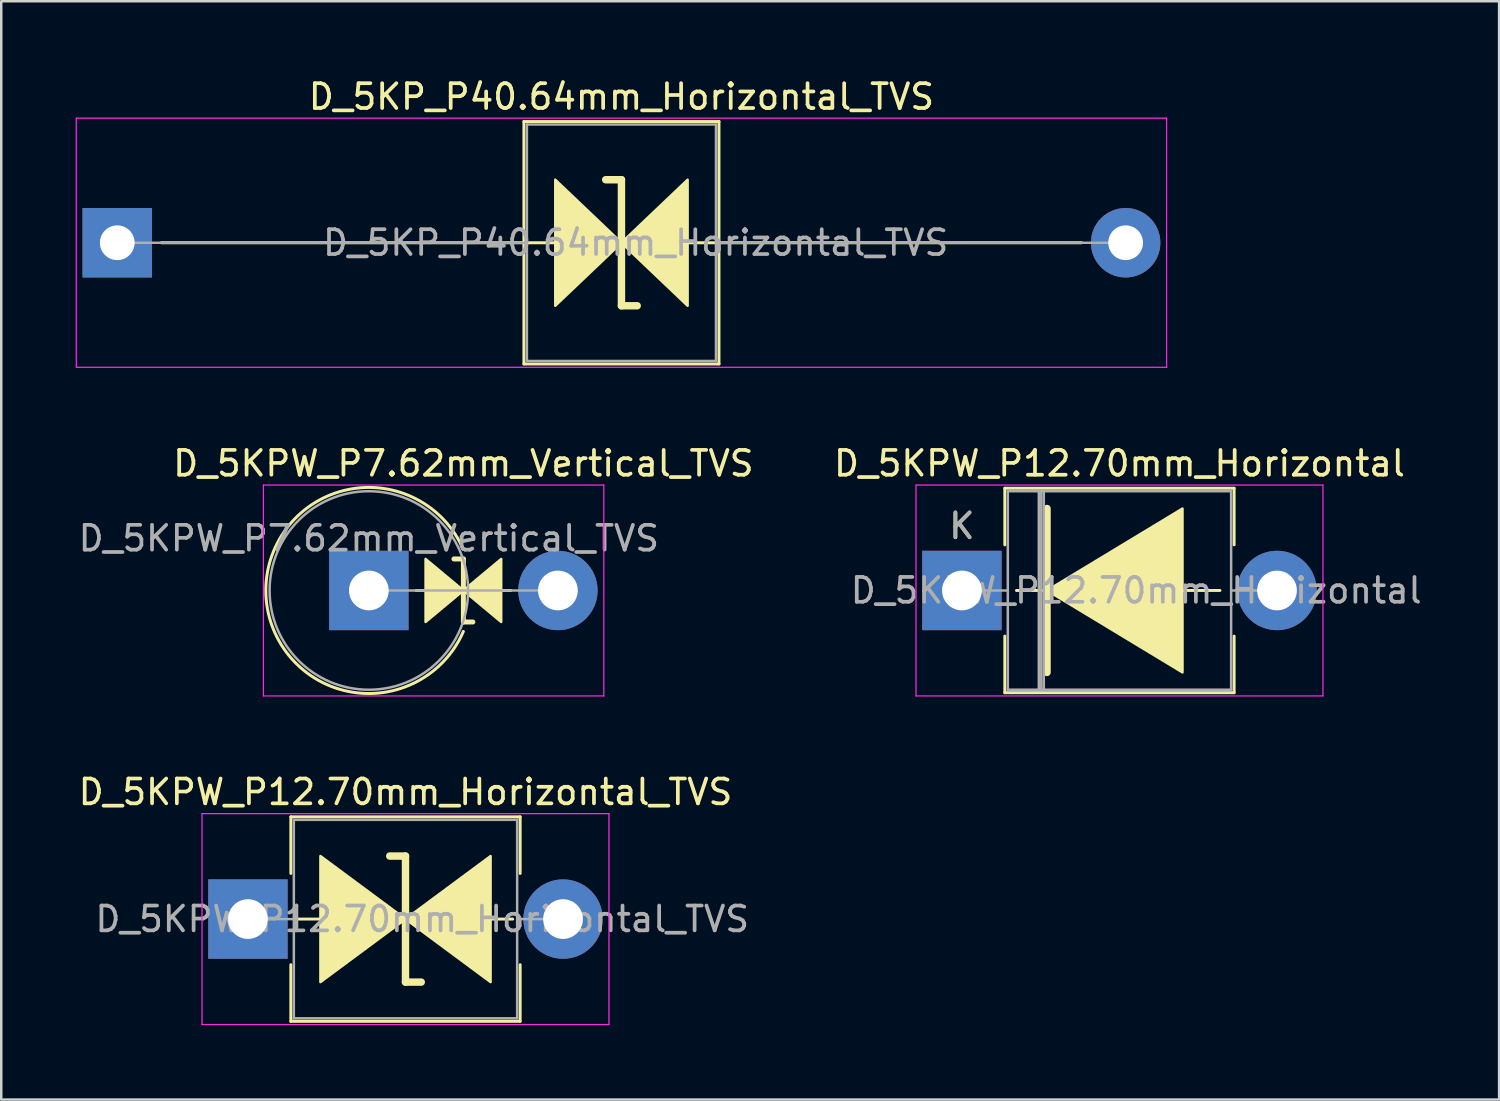
<source format=kicad_pcb>
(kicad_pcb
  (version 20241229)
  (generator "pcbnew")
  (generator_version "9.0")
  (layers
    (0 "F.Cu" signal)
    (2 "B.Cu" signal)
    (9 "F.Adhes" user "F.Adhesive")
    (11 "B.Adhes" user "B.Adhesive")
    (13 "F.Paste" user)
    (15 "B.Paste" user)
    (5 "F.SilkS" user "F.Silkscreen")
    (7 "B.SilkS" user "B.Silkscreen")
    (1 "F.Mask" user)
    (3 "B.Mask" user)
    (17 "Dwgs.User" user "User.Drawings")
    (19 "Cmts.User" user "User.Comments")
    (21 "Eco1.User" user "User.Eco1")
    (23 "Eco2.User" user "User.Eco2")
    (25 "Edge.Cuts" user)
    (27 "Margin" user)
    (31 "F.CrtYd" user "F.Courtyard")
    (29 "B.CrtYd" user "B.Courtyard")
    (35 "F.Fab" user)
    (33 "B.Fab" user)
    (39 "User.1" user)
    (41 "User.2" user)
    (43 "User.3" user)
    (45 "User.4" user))
  (footprint "D_5KP_P40.64mm_Horizontal_TVS"
    (layer "F.Cu")
    (at 1.675 6.733)
    (property "Reference" "D_5KP_P40.64mm_Horizontal_TVS" (at 20.32 -5.885 0) (layer "F.SilkS") (effects (font (size 1 1) (thickness 0.15))))
    (attr through_hole)
    (fp_line (start 1.778 0) (end 17.653 0) (stroke (width 0.12) (type solid)) (layer "F.SilkS"))
    (fp_line (start 16.39 -4.885) (end 16.39 4.885) (stroke (width 0.12) (type solid)) (layer "F.SilkS"))
    (fp_line (start 16.39 4.885) (end 24.25 4.885) (stroke (width 0.12) (type solid)) (layer "F.SilkS"))
    (fp_line (start 20.32 -2.54) (end 19.685 -2.54) (stroke (width 0.3) (type solid)) (layer "F.SilkS"))
    (fp_line (start 20.32 2.54) (end 20.32 -2.54) (stroke (width 0.3) (type solid)) (layer "F.SilkS"))
    (fp_line (start 20.955 2.54) (end 20.32 2.54) (stroke (width 0.3) (type solid)) (layer "F.SilkS"))
    (fp_line (start 24.25 -4.885) (end 16.39 -4.885) (stroke (width 0.12) (type solid)) (layer "F.SilkS"))
    (fp_line (start 24.25 4.885) (end 24.25 -4.885) (stroke (width 0.12) (type solid)) (layer "F.SilkS"))
    (fp_line (start 38.862 0) (end 22.987 0) (stroke (width 0.12) (type solid)) (layer "F.SilkS"))
    (fp_poly (pts (xy 20.32 0) (xy 17.653 2.54) (xy 17.653 -2.54)) (stroke (width 0.1) (type solid)) (fill yes) (layer "F.SilkS"))
    (fp_poly (pts (xy 20.32 0) (xy 22.987 -2.54) (xy 22.987 2.54)) (stroke (width 0.1) (type solid)) (fill yes) (layer "F.SilkS"))
    (fp_line (start -1.65 -5.02) (end -1.65 5.02) (stroke (width 0.05) (type solid)) (layer "F.CrtYd"))
    (fp_line (start -1.65 5.02) (end 42.29 5.02) (stroke (width 0.05) (type solid)) (layer "F.CrtYd"))
    (fp_line (start 42.29 -5.02) (end -1.65 -5.02) (stroke (width 0.05) (type solid)) (layer "F.CrtYd"))
    (fp_line (start 42.29 5.02) (end 42.29 -5.02) (stroke (width 0.05) (type solid)) (layer "F.CrtYd"))
    (fp_line (start 0 0) (end 16.51 0) (stroke (width 0.1) (type solid)) (layer "F.Fab"))
    (fp_line (start 16.51 -4.765) (end 16.51 4.765) (stroke (width 0.1) (type solid)) (layer "F.Fab"))
    (fp_line (start 16.51 4.765) (end 24.13 4.765) (stroke (width 0.1) (type solid)) (layer "F.Fab"))
    (fp_line (start 24.13 -4.765) (end 16.51 -4.765) (stroke (width 0.1) (type solid)) (layer "F.Fab"))
    (fp_line (start 24.13 4.765) (end 24.13 -4.765) (stroke (width 0.1) (type solid)) (layer "F.Fab"))
    (fp_line (start 40.64 0) (end 24.13 0) (stroke (width 0.1) (type solid)) (layer "F.Fab"))
    (fp_text user "${REFERENCE}" (at 20.892 0 0) (layer "F.Fab") (effects (font (size 1 1) (thickness 0.15))))
    (pad "1" thru_hole rect (at 0 0) (size 2.8 2.8) (drill 1.4) (layers "*.Cu" "*.Mask"))
    (pad "2" thru_hole oval (at 40.64 0) (size 2.8 2.8) (drill 1.4) (layers "*.Cu" "*.Mask")))
  (footprint "D_5KPW_P12.70mm_Horizontal"
    (layer "F.Cu")
    (at 35.716 20.747)
    (property "Reference" "D_5KPW_P12.70mm_Horizontal" (at 6.35 -5.12 0) (layer "F.SilkS") (effects (font (size 1 1) (thickness 0.15))))
    (attr through_hole)
    (fp_line (start 1.73 -4.12) (end 10.97 -4.12) (stroke (width 0.12) (type solid)) (layer "F.SilkS"))
    (fp_line (start 1.73 -1.84) (end 1.73 -4.12) (stroke (width 0.12) (type solid)) (layer "F.SilkS"))
    (fp_line (start 1.73 1.84) (end 1.73 4.12) (stroke (width 0.12) (type solid)) (layer "F.SilkS"))
    (fp_line (start 1.73 4.12) (end 10.97 4.12) (stroke (width 0.12) (type solid)) (layer "F.SilkS"))
    (fp_line (start 2.2 0) (end 3.429 0) (stroke (width 0.12) (type solid)) (layer "F.SilkS"))
    (fp_line (start 3.429 -3.302) (end 3.429 3.302) (stroke (width 0.3) (type solid)) (layer "F.SilkS"))
    (fp_line (start 10.4 0) (end 8.4 0) (stroke (width 0.12) (type solid)) (layer "F.SilkS"))
    (fp_line (start 10.97 -4.12) (end 10.97 -1.84) (stroke (width 0.12) (type solid)) (layer "F.SilkS"))
    (fp_line (start 10.97 4.12) (end 10.97 1.84) (stroke (width 0.12) (type solid)) (layer "F.SilkS"))
    (fp_poly (pts (xy 8.89 3.302) (xy 3.429 0) (xy 8.89 -3.302)) (stroke (width 0.1) (type solid)) (fill yes) (layer "F.SilkS"))
    (fp_line (start -1.85 -4.25) (end -1.85 4.25) (stroke (width 0.05) (type solid)) (layer "F.CrtYd"))
    (fp_line (start -1.85 4.25) (end 14.55 4.25) (stroke (width 0.05) (type solid)) (layer "F.CrtYd"))
    (fp_line (start 14.55 -4.25) (end -1.85 -4.25) (stroke (width 0.05) (type solid)) (layer "F.CrtYd"))
    (fp_line (start 14.55 4.25) (end 14.55 -4.25) (stroke (width 0.05) (type solid)) (layer "F.CrtYd"))
    (fp_line (start 0 0) (end 1.85 0) (stroke (width 0.1) (type solid)) (layer "F.Fab"))
    (fp_line (start 1.85 -4) (end 1.85 4) (stroke (width 0.1) (type solid)) (layer "F.Fab"))
    (fp_line (start 1.85 4) (end 10.85 4) (stroke (width 0.1) (type solid)) (layer "F.Fab"))
    (fp_line (start 3.1 -4) (end 3.1 4) (stroke (width 0.1) (type solid)) (layer "F.Fab"))
    (fp_line (start 3.2 -4) (end 3.2 4) (stroke (width 0.1) (type solid)) (layer "F.Fab"))
    (fp_line (start 3.3 -4) (end 3.3 4) (stroke (width 0.1) (type solid)) (layer "F.Fab"))
    (fp_line (start 10.85 -4) (end 1.85 -4) (stroke (width 0.1) (type solid)) (layer "F.Fab"))
    (fp_line (start 10.85 4) (end 10.85 -4) (stroke (width 0.1) (type solid)) (layer "F.Fab"))
    (fp_line (start 12.7 0) (end 10.85 0) (stroke (width 0.1) (type solid)) (layer "F.Fab"))
    (fp_text user "K" (at 0 -2.6 0) (layer "F.SilkS") (effects (font (size 1 1) (thickness 0.15))))
    (fp_text user "K" (at 0 -2.6 0) (layer "F.Fab") (effects (font (size 1 1) (thickness 0.15))))
    (fp_text user "${REFERENCE}" (at 7.025 0 0) (layer "F.Fab") (effects (font (size 1 1) (thickness 0.15))))
    (pad "1" thru_hole rect (at 0 0) (size 3.2 3.2) (drill 1.6) (layers "*.Cu" "*.Mask"))
    (pad "2" thru_hole oval (at 12.7 0) (size 3.2 3.2) (drill 1.6) (layers "*.Cu" "*.Mask")))
  (footprint "D_5KPW_P12.70mm_Horizontal_TVS"
    (layer "F.Cu")
    (at 6.942 33.99)
    (property "Reference" "D_5KPW_P12.70mm_Horizontal_TVS" (at 6.35 -5.12 0) (layer "F.SilkS") (effects (font (size 1 1) (thickness 0.15))))
    (attr through_hole)
    (fp_line (start 1.73 -4.12) (end 10.97 -4.12) (stroke (width 0.12) (type solid)) (layer "F.SilkS"))
    (fp_line (start 1.73 -1.84) (end 1.73 -4.12) (stroke (width 0.12) (type solid)) (layer "F.SilkS"))
    (fp_line (start 1.73 1.84) (end 1.73 4.12) (stroke (width 0.12) (type solid)) (layer "F.SilkS"))
    (fp_line (start 1.73 4.12) (end 10.97 4.12) (stroke (width 0.12) (type solid)) (layer "F.SilkS"))
    (fp_line (start 2.921 0) (end 2.032 0) (stroke (width 0.12) (type solid)) (layer "F.SilkS"))
    (fp_line (start 6.35 -2.54) (end 5.715 -2.54) (stroke (width 0.3) (type solid)) (layer "F.SilkS"))
    (fp_line (start 6.35 2.54) (end 6.35 -2.54) (stroke (width 0.3) (type solid)) (layer "F.SilkS"))
    (fp_line (start 6.985 2.54) (end 6.35 2.54) (stroke (width 0.3) (type solid)) (layer "F.SilkS"))
    (fp_line (start 10.668 0) (end 9.779 0) (stroke (width 0.12) (type solid)) (layer "F.SilkS"))
    (fp_line (start 10.97 -4.12) (end 10.97 -1.84) (stroke (width 0.12) (type solid)) (layer "F.SilkS"))
    (fp_line (start 10.97 4.12) (end 10.97 1.84) (stroke (width 0.12) (type solid)) (layer "F.SilkS"))
    (fp_poly (pts (xy 6.35 0) (xy 2.921 2.54) (xy 2.921 -2.54)) (stroke (width 0.1) (type solid)) (fill yes) (layer "F.SilkS"))
    (fp_poly (pts (xy 6.35 0) (xy 9.779 -2.54) (xy 9.779 2.54)) (stroke (width 0.1) (type solid)) (fill yes) (layer "F.SilkS"))
    (fp_line (start -1.85 -4.25) (end -1.85 4.25) (stroke (width 0.05) (type solid)) (layer "F.CrtYd"))
    (fp_line (start -1.85 4.25) (end 14.55 4.25) (stroke (width 0.05) (type solid)) (layer "F.CrtYd"))
    (fp_line (start 14.55 -4.25) (end -1.85 -4.25) (stroke (width 0.05) (type solid)) (layer "F.CrtYd"))
    (fp_line (start 14.55 4.25) (end 14.55 -4.25) (stroke (width 0.05) (type solid)) (layer "F.CrtYd"))
    (fp_line (start 0 0) (end 1.85 0) (stroke (width 0.1) (type solid)) (layer "F.Fab"))
    (fp_line (start 1.85 -4) (end 1.85 4) (stroke (width 0.1) (type solid)) (layer "F.Fab"))
    (fp_line (start 1.85 4) (end 10.85 4) (stroke (width 0.1) (type solid)) (layer "F.Fab"))
    (fp_line (start 10.85 -4) (end 1.85 -4) (stroke (width 0.1) (type solid)) (layer "F.Fab"))
    (fp_line (start 10.85 4) (end 10.85 -4) (stroke (width 0.1) (type solid)) (layer "F.Fab"))
    (fp_line (start 12.7 0) (end 10.85 0) (stroke (width 0.1) (type solid)) (layer "F.Fab"))
    (fp_text user "${REFERENCE}" (at 7.025 0 0) (layer "F.Fab") (effects (font (size 1 1) (thickness 0.15))))
    (pad "1" thru_hole rect (at 0 0) (size 3.2 3.2) (drill 1.6) (layers "*.Cu" "*.Mask"))
    (pad "2" thru_hole oval (at 12.7 0) (size 3.2 3.2) (drill 1.6) (layers "*.Cu" "*.Mask")))
  (footprint "D_5KPW_P7.62mm_Vertical_TVS"
    (layer "F.Cu")
    (at 11.815 20.747)
    (property "Reference" "D_5KPW_P7.62mm_Vertical_TVS" (at 3.81 -5.12 0) (layer "F.SilkS") (effects (font (size 1 1) (thickness 0.15))))
    (attr through_hole)
    (fp_line (start 1.905 0) (end 5.72 0) (stroke (width 0.12) (type solid)) (layer "F.SilkS"))
    (fp_line (start 3.81 -1.27) (end 3.429 -1.27) (stroke (width 0.2) (type solid)) (layer "F.SilkS"))
    (fp_line (start 3.81 1.27) (end 3.81 -1.27) (stroke (width 0.2) (type solid)) (layer "F.SilkS"))
    (fp_line (start 3.81 1.27) (end 4.191 1.27) (stroke (width 0.2) (type solid)) (layer "F.SilkS"))
    (fp_arc (start 3.809999 1.651) (mid -4.152335 0.000001) (end 3.809999 -1.650999) (stroke (width 0.12) (type solid)) (layer "F.SilkS"))
    (fp_poly (pts (xy 3.81 0) (xy 2.286 1.27) (xy 2.286 -1.27)) (stroke (width 0.1) (type solid)) (fill yes) (layer "F.SilkS"))
    (fp_poly (pts (xy 5.334 1.27) (xy 3.81 0) (xy 5.334 -1.27)) (stroke (width 0.1) (type solid)) (fill yes) (layer "F.SilkS"))
    (fp_line (start -4.25 -4.25) (end -4.25 4.25) (stroke (width 0.05) (type solid)) (layer "F.CrtYd"))
    (fp_line (start -4.25 4.25) (end 9.47 4.25) (stroke (width 0.05) (type solid)) (layer "F.CrtYd"))
    (fp_line (start 9.47 -4.25) (end -4.25 -4.25) (stroke (width 0.05) (type solid)) (layer "F.CrtYd"))
    (fp_line (start 9.47 4.25) (end 9.47 -4.25) (stroke (width 0.05) (type solid)) (layer "F.CrtYd"))
    (fp_line (start 0 0) (end 7.62 0) (stroke (width 0.1) (type solid)) (layer "F.Fab"))
    (fp_circle (center 0 0) (end 4 0) (stroke (width 0.1) (type solid)) (fill no) (layer "F.Fab"))
    (fp_text user "${REFERENCE}" (at 0 -2.1 0) (layer "F.Fab") (effects (font (size 1 1) (thickness 0.15))))
    (pad "1" thru_hole rect (at 0 0) (size 3.2 3.2) (drill 1.6) (layers "*.Cu" "*.Mask"))
    (pad "2" thru_hole oval (at 7.62 0) (size 3.2 3.2) (drill 1.6) (layers "*.Cu" "*.Mask")))
  (gr_rect
    (start -3 -3)
    (end 57.366 41.265)
    (stroke (width 0.1) (type default))
    (fill no)
    (layer "Edge.Cuts")))
</source>
